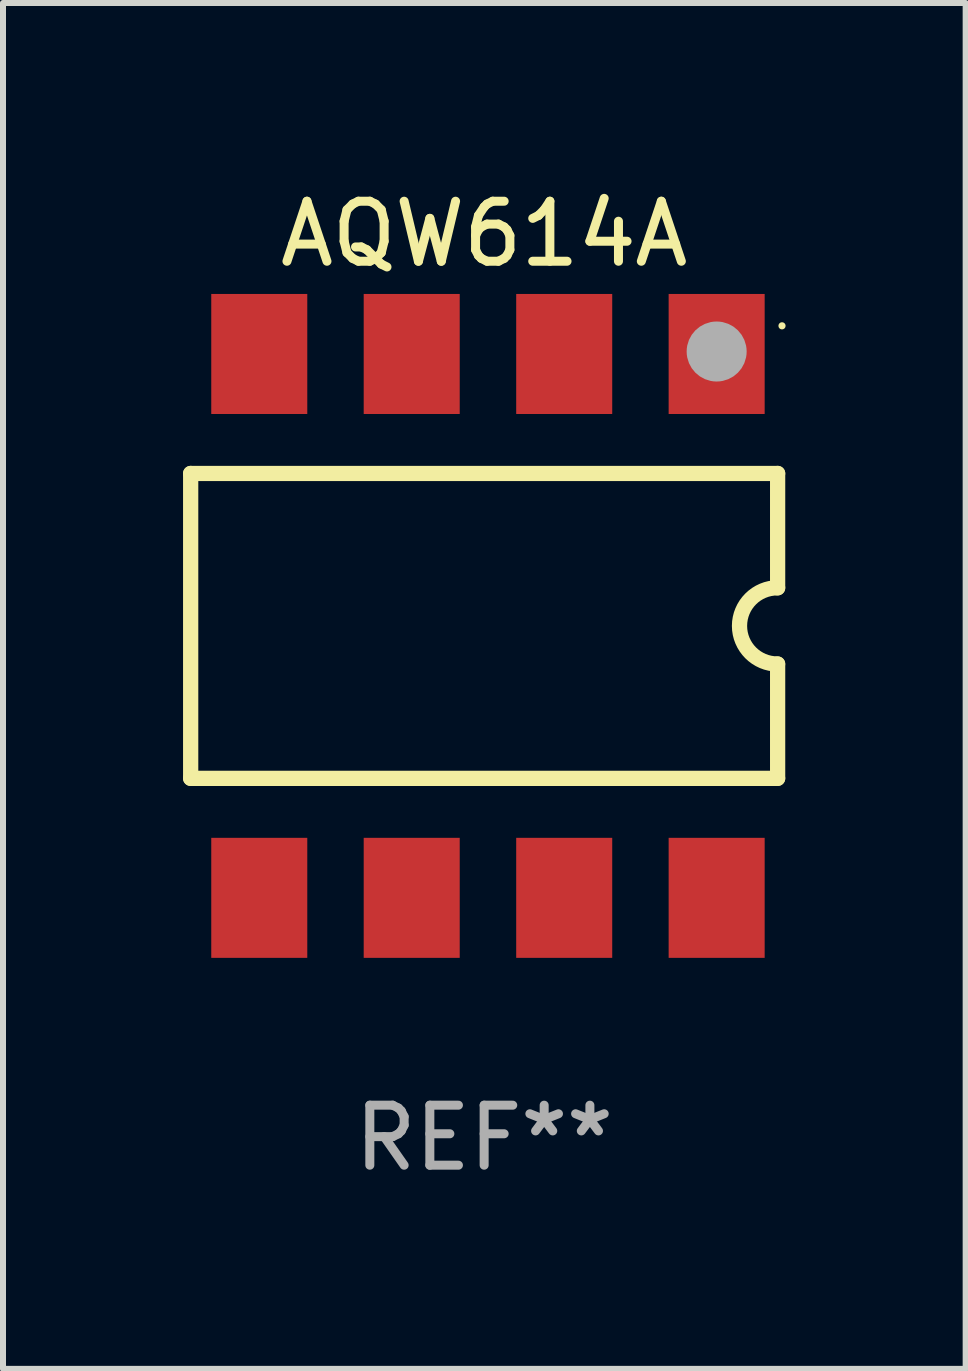
<source format=kicad_pcb>
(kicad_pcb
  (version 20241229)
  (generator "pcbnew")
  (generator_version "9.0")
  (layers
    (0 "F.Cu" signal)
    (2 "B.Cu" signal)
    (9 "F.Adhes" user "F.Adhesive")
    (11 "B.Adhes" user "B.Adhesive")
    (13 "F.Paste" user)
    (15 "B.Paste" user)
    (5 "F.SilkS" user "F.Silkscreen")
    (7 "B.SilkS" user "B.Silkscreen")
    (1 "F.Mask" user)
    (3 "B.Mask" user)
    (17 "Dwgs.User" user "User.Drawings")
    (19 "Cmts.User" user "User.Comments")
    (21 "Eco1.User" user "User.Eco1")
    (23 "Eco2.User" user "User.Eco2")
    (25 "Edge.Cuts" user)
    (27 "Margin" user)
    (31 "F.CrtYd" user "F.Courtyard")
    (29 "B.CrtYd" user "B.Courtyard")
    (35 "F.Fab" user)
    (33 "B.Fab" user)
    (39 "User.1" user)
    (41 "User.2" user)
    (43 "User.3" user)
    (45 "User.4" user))
  (footprint "AQW614A"
    (layer "F.Cu")
    (at 5.017 7.379)
    (property "Reference" "AQW614A" (at 0 -6.531 0) (layer "F.SilkS") (effects (font (size 1 1) (thickness 0.15))))
    (attr through_hole)
    (fp_line (start -4.89 -2.54) (end 4.89 -2.54) (stroke (width 0.254) (type solid)) (layer "F.SilkS"))
    (fp_line (start -4.89 2.54) (end -4.89 -2.54) (stroke (width 0.254) (type solid)) (layer "F.SilkS"))
    (fp_line (start 4.89 -2.54) (end 4.89 -0.635) (stroke (width 0.254) (type solid)) (layer "F.SilkS"))
    (fp_line (start 4.89 0.635) (end 4.89 2.54) (stroke (width 0.254) (type solid)) (layer "F.SilkS"))
    (fp_line (start 4.89 2.54) (end -4.89 2.54) (stroke (width 0.254) (type solid)) (layer "F.SilkS"))
    (fp_arc (start 4.88951 0.634874) (mid 4.255118 -0.000432) (end 4.890119 -0.635128) (stroke (width 0.254001) (type solid)) (layer "F.SilkS"))
    (fp_circle (center 4.963 -5) (end 4.993 -5) (stroke (width 0.06) (type solid)) (fill no) (layer "F.SilkS"))
    (fp_circle (center 3.874 -4.572) (end 4.124 -4.572) (stroke (width 0.5) (type solid)) (fill no) (layer "F.Fab"))
    (fp_text user "REF**" (at 0 8.531 0) (layer "F.Fab") (effects (font (size 1 1) (thickness 0.15))))
    (pad "1" smd rect (at 3.874 -4.531 180) (size 1.6 2) (layers "F.Cu" "F.Mask" "F.Paste"))
    (pad "2" smd rect (at 1.334 -4.531 180) (size 1.6 2) (layers "F.Cu" "F.Mask" "F.Paste"))
    (pad "3" smd rect (at -1.207 -4.531 180) (size 1.6 2) (layers "F.Cu" "F.Mask" "F.Paste"))
    (pad "4" smd rect (at -3.747 -4.531 180) (size 1.6 2) (layers "F.Cu" "F.Mask" "F.Paste"))
    (pad "5" smd rect (at -3.747 4.531 180) (size 1.6 2) (layers "F.Cu" "F.Mask" "F.Paste"))
    (pad "6" smd rect (at -1.207 4.531 180) (size 1.6 2) (layers "F.Cu" "F.Mask" "F.Paste"))
    (pad "7" smd rect (at 1.334 4.531 180) (size 1.6 2) (layers "F.Cu" "F.Mask" "F.Paste"))
    (pad "8" smd rect (at 3.874 4.531 180) (size 1.6 2) (layers "F.Cu" "F.Mask" "F.Paste")))
  (gr_rect
    (start -3 -3)
    (end 13.04 19.758)
    (stroke (width 0.1) (type default))
    (fill no)
    (layer "Edge.Cuts")))
</source>
